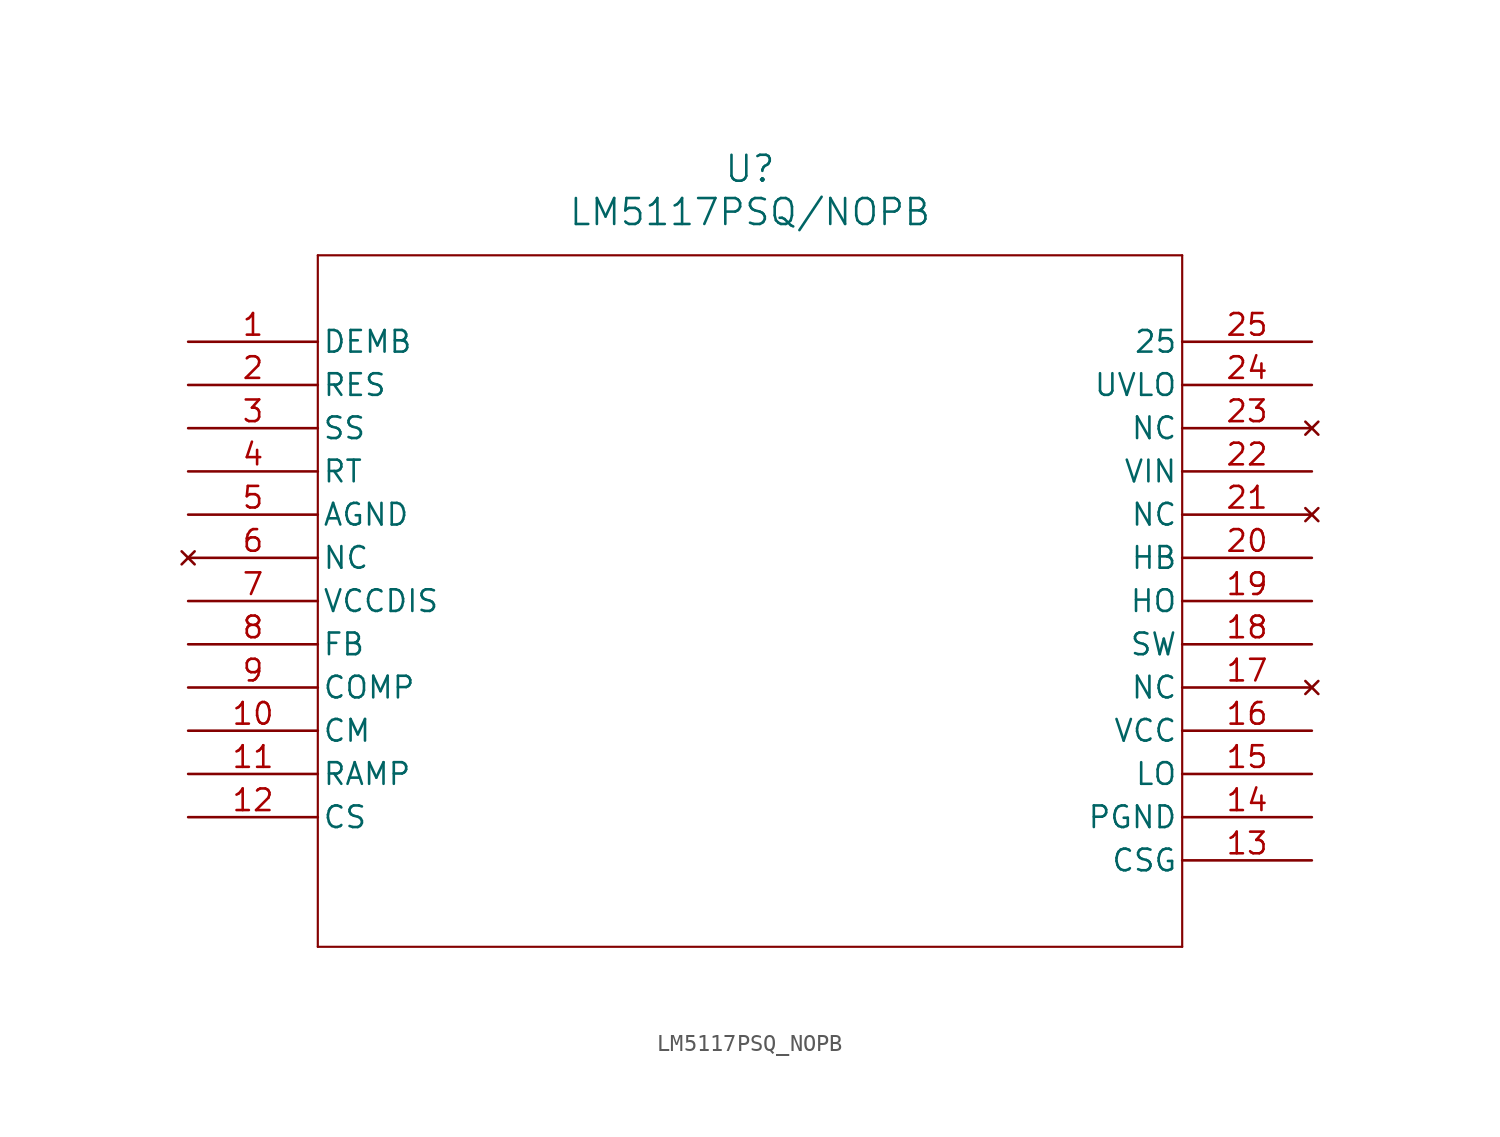
<source format=kicad_sym>
(kicad_symbol_lib
  (version 20211014)
  (generator kicad_symbol_editor)
  (symbol "LM5117PSQ_NOPB"
    (pin_names
      (offset 0.254))
    (property "Reference" "U"
      (at 33.02 10.16 0)
      (effects (font (size 1.524 1.524))))
    (property "Value" "LM5117PSQ/NOPB"
      (at 33.02 7.62 0)
      (effects (font (size 1.524 1.524))))
    (symbol "LM5117PSQ_NOPB_0_1"
      (polyline (pts (xy 7.62 5.08) (xy 7.62 -35.56)) (stroke (width 0.127) (type default) (color 0 0 0 0)) (fill (type none)))
      (polyline (pts (xy 7.62 -35.56) (xy 58.42 -35.56)) (stroke (width 0.127) (type default) (color 0 0 0 0)) (fill (type none)))
      (polyline (pts (xy 58.42 -35.56) (xy 58.42 5.08)) (stroke (width 0.127) (type default) (color 0 0 0 0)) (fill (type none)))
      (polyline (pts (xy 58.42 5.08) (xy 7.62 5.08)) (stroke (width 0.127) (type default) (color 0 0 0 0)) (fill (type none)))
      (pin input line (at 0 0 0) (length 7.62) (name "DEMB" (effects (font (size 1.27 1.27)))) (number "1" (effects (font (size 1.27 1.27)))))
      (pin unspecified line (at 0 -2.54 0) (length 7.62) (name "RES" (effects (font (size 1.27 1.27)))) (number "2" (effects (font (size 1.27 1.27)))))
      (pin unspecified line (at 0 -5.08 0) (length 7.62) (name "SS" (effects (font (size 1.27 1.27)))) (number "3" (effects (font (size 1.27 1.27)))))
      (pin unspecified line (at 0 -7.62 0) (length 7.62) (name "RT" (effects (font (size 1.27 1.27)))) (number "4" (effects (font (size 1.27 1.27)))))
      (pin power_in line (at 0 -10.16 0) (length 7.62) (name "AGND" (effects (font (size 1.27 1.27)))) (number "5" (effects (font (size 1.27 1.27)))))
      (pin no_connect line (at 0 -12.7 0) (length 7.62) (name "NC" (effects (font (size 1.27 1.27)))) (number "6" (effects (font (size 1.27 1.27)))))
      (pin power_in line (at 0 -15.24 0) (length 7.62) (name "VCCDIS" (effects (font (size 1.27 1.27)))) (number "7" (effects (font (size 1.27 1.27)))))
      (pin input line (at 0 -17.78 0) (length 7.62) (name "FB" (effects (font (size 1.27 1.27)))) (number "8" (effects (font (size 1.27 1.27)))))
      (pin output line (at 0 -20.32 0) (length 7.62) (name "COMP" (effects (font (size 1.27 1.27)))) (number "9" (effects (font (size 1.27 1.27)))))
      (pin output line (at 0 -22.86 0) (length 7.62) (name "CM" (effects (font (size 1.27 1.27)))) (number "10" (effects (font (size 1.27 1.27)))))
      (pin unspecified line (at 0 -25.4 0) (length 7.62) (name "RAMP" (effects (font (size 1.27 1.27)))) (number "11" (effects (font (size 1.27 1.27)))))
      (pin input line (at 0 -27.94 0) (length 7.62) (name "CS" (effects (font (size 1.27 1.27)))) (number "12" (effects (font (size 1.27 1.27)))))
      (pin unspecified line (at 66.04 -30.48 180) (length 7.62) (name "CSG" (effects (font (size 1.27 1.27)))) (number "13" (effects (font (size 1.27 1.27)))))
      (pin power_in line (at 66.04 -27.94 180) (length 7.62) (name "PGND" (effects (font (size 1.27 1.27)))) (number "14" (effects (font (size 1.27 1.27)))))
      (pin output line (at 66.04 -25.4 180) (length 7.62) (name "LO" (effects (font (size 1.27 1.27)))) (number "15" (effects (font (size 1.27 1.27)))))
      (pin power_in line (at 66.04 -22.86 180) (length 7.62) (name "VCC" (effects (font (size 1.27 1.27)))) (number "16" (effects (font (size 1.27 1.27)))))
      (pin no_connect line (at 66.04 -20.32 180) (length 7.62) (name "NC" (effects (font (size 1.27 1.27)))) (number "17" (effects (font (size 1.27 1.27)))))
      (pin unspecified line (at 66.04 -17.78 180) (length 7.62) (name "SW" (effects (font (size 1.27 1.27)))) (number "18" (effects (font (size 1.27 1.27)))))
      (pin output line (at 66.04 -15.24 180) (length 7.62) (name "HO" (effects (font (size 1.27 1.27)))) (number "19" (effects (font (size 1.27 1.27)))))
      (pin unspecified line (at 66.04 -12.7 180) (length 7.62) (name "HB" (effects (font (size 1.27 1.27)))) (number "20" (effects (font (size 1.27 1.27)))))
      (pin no_connect line (at 66.04 -10.16 180) (length 7.62) (name "NC" (effects (font (size 1.27 1.27)))) (number "21" (effects (font (size 1.27 1.27)))))
      (pin input line (at 66.04 -7.62 180) (length 7.62) (name "VIN" (effects (font (size 1.27 1.27)))) (number "22" (effects (font (size 1.27 1.27)))))
      (pin no_connect line (at 66.04 -5.08 180) (length 7.62) (name "NC" (effects (font (size 1.27 1.27)))) (number "23" (effects (font (size 1.27 1.27)))))
      (pin unspecified line (at 66.04 -2.54 180) (length 7.62) (name "UVLO" (effects (font (size 1.27 1.27)))) (number "24" (effects (font (size 1.27 1.27)))))
      (pin unspecified line (at 66.04 0 180) (length 7.62) (name "25" (effects (font (size 1.27 1.27)))) (number "25" (effects (font (size 1.27 1.27))))))))
</source>
